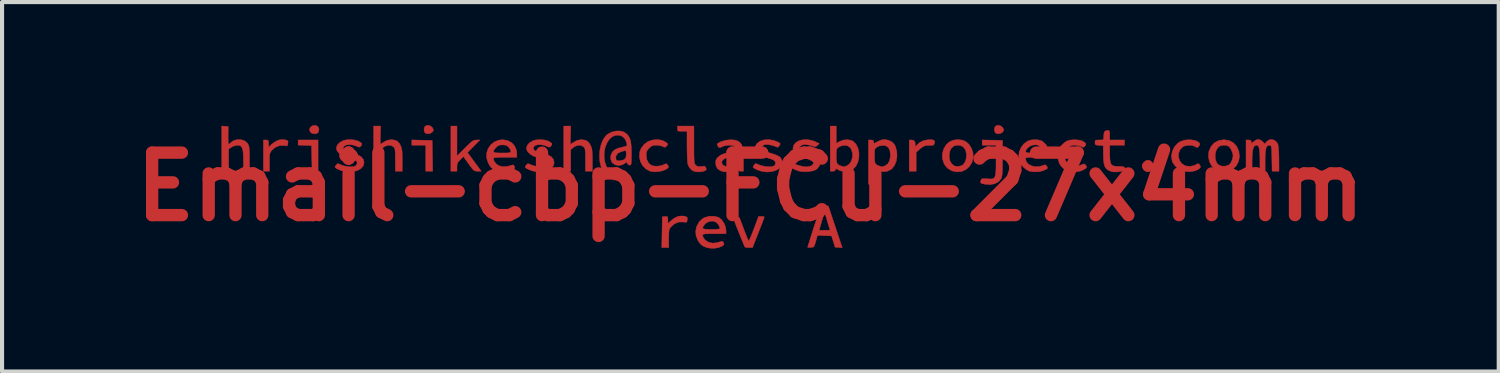
<source format=kicad_pcb>
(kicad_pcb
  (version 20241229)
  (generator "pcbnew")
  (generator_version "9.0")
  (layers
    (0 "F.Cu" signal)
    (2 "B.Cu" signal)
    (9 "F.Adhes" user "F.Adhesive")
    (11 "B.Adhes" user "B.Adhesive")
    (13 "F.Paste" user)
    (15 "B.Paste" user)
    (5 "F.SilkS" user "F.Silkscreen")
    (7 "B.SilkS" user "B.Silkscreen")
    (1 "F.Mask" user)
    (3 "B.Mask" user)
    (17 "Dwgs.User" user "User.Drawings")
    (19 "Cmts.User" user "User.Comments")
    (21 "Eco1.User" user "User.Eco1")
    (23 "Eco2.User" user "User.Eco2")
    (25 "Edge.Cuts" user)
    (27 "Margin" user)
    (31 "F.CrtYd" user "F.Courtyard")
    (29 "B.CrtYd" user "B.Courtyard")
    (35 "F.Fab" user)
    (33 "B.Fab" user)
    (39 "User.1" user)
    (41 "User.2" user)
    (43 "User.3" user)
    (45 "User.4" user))
  (footprint "Email-cbp-FCu-27x4mm"
    (layer "F.Cu")
    (at 15.247 1.506)
    (property "Reference" "Email-cbp-FCu-27x4mm" (at 0 0 0) (layer "F.Cu") (effects (font (size 1.524 1.524) (thickness 0.3))))
    (attr through_hole)
    (fp_poly (pts (xy -8.006 -1.138) (xy -7.758 -1.132) (xy -7.746 -0.381) (xy -7.916 -0.381) (xy -7.916 -1.016) (xy -8.255 -1.016) (xy -8.255 -1.144) (xy -8.006 -1.138)) (stroke (width 0.01) (type solid)) (fill yes) (layer "F.Cu"))
    (fp_poly (pts (xy -10.541 -0.381) (xy -10.688 -0.381) (xy -10.694 -0.693) (xy -10.7 -1.005) (xy -10.864 -1.012) (xy -11.028 -1.018) (xy -11.028 -1.143) (xy -10.541 -1.143) (xy -10.541 -0.381)) (stroke (width 0.01) (type solid)) (fill yes) (layer "F.Cu"))
    (fp_poly (pts (xy -10.597 -1.498) (xy -10.548 -1.47) (xy -10.521 -1.419) (xy -10.52 -1.4) (xy -10.529 -1.348) (xy -10.545 -1.317) (xy -10.593 -1.295) (xy -10.654 -1.295) (xy -10.709 -1.316) (xy -10.719 -1.324) (xy -10.75 -1.379) (xy -10.74 -1.436) (xy -10.714 -1.468) (xy -10.656 -1.499) (xy -10.597 -1.498)) (stroke (width 0.01) (type solid)) (fill yes) (layer "F.Cu"))
    (fp_poly (pts (xy -7.813 -1.491) (xy -7.761 -1.454) (xy -7.748 -1.435) (xy -7.729 -1.392) (xy -7.735 -1.362) (xy -7.756 -1.335) (xy -7.808 -1.301) (xy -7.871 -1.292) (xy -7.924 -1.309) (xy -7.933 -1.317) (xy -7.955 -1.363) (xy -7.956 -1.422) (xy -7.937 -1.471) (xy -7.928 -1.481) (xy -7.874 -1.501) (xy -7.813 -1.491)) (stroke (width 0.01) (type solid)) (fill yes) (layer "F.Cu"))
    (fp_poly (pts (xy 6.094 -1.491) (xy 6.146 -1.454) (xy 6.158 -1.435) (xy 6.178 -1.392) (xy 6.172 -1.362) (xy 6.15 -1.335) (xy 6.098 -1.301) (xy 6.036 -1.292) (xy 5.982 -1.309) (xy 5.973 -1.317) (xy 5.952 -1.363) (xy 5.951 -1.422) (xy 5.97 -1.471) (xy 5.978 -1.481) (xy 6.032 -1.501) (xy 6.094 -1.491)) (stroke (width 0.01) (type solid)) (fill yes) (layer "F.Cu"))
    (fp_poly (pts (xy 9.776 -0.619) (xy 9.825 -0.557) (xy 9.834 -0.49) (xy 9.803 -0.425) (xy 9.793 -0.414) (xy 9.726 -0.369) (xy 9.661 -0.365) (xy 9.602 -0.402) (xy 9.59 -0.416) (xy 9.552 -0.483) (xy 9.555 -0.543) (xy 9.598 -0.604) (xy 9.598 -0.604) (xy 9.661 -0.648) (xy 9.723 -0.65) (xy 9.776 -0.619)) (stroke (width 0.01) (type solid)) (fill yes) (layer "F.Cu"))
    (fp_poly (pts (xy 4.429 -1.148) (xy 4.476 -1.136) (xy 4.494 -1.11) (xy 4.489 -1.066) (xy 4.489 -1.064) (xy 4.473 -1.026) (xy 4.446 -1.011) (xy 4.392 -1.011) (xy 4.39 -1.011) (xy 4.299 -1.011) (xy 4.228 -0.991) (xy 4.158 -0.945) (xy 4.127 -0.918) (xy 4.043 -0.842) (xy 4.043 -0.381) (xy 3.873 -0.381) (xy 3.873 -1.143) (xy 3.935 -1.143) (xy 3.986 -1.132) (xy 4.013 -1.095) (xy 4.022 -1.025) (xy 4.022 -1.02) (xy 4.023 -0.981) (xy 4.033 -0.982) (xy 4.053 -1.01) (xy 4.127 -1.081) (xy 4.228 -1.13) (xy 4.341 -1.15) (xy 4.346 -1.15) (xy 4.429 -1.148)) (stroke (width 0.01) (type solid)) (fill yes) (layer "F.Cu"))
    (fp_poly (pts (xy -7.154 -0.752) (xy -6.958 -0.948) (xy -6.876 -1.028) (xy -6.817 -1.083) (xy -6.774 -1.117) (xy -6.738 -1.135) (xy -6.705 -1.142) (xy -6.678 -1.143) (xy -6.594 -1.143) (xy -6.746 -0.99) (xy -6.898 -0.836) (xy -6.73 -0.609) (xy -6.562 -0.381) (xy -6.652 -0.382) (xy -6.693 -0.383) (xy -6.725 -0.392) (xy -6.755 -0.413) (xy -6.791 -0.454) (xy -6.84 -0.52) (xy -6.869 -0.56) (xy -6.996 -0.739) (xy -7.075 -0.661) (xy -7.123 -0.609) (xy -7.147 -0.563) (xy -7.154 -0.505) (xy -7.154 -0.483) (xy -7.154 -0.381) (xy -7.303 -0.381) (xy -7.303 -1.482) (xy -7.154 -1.482) (xy -7.154 -0.752)) (stroke (width 0.01) (type solid)) (fill yes) (layer "F.Cu"))
    (fp_poly (pts (xy -11.359 -1.15) (xy -11.305 -1.137) (xy -11.275 -1.115) (xy -11.273 -1.105) (xy -11.277 -1.063) (xy -11.279 -1.035) (xy -11.285 -1.008) (xy -11.308 -0.999) (xy -11.359 -1.004) (xy -11.366 -1.005) (xy -11.481 -1.005) (xy -11.584 -0.964) (xy -11.662 -0.898) (xy -11.691 -0.863) (xy -11.709 -0.831) (xy -11.72 -0.793) (xy -11.725 -0.737) (xy -11.726 -0.653) (xy -11.726 -0.603) (xy -11.726 -0.381) (xy -11.874 -0.381) (xy -11.874 -1.143) (xy -11.811 -1.143) (xy -11.771 -1.14) (xy -11.752 -1.122) (xy -11.748 -1.078) (xy -11.748 -1.056) (xy -11.748 -0.969) (xy -11.664 -1.044) (xy -11.597 -1.094) (xy -11.524 -1.132) (xy -11.495 -1.143) (xy -11.427 -1.153) (xy -11.359 -1.15)) (stroke (width 0.01) (type solid)) (fill yes) (layer "F.Cu"))
    (fp_poly (pts (xy -1.622 0.712) (xy -1.568 0.726) (xy -1.539 0.748) (xy -1.537 0.758) (xy -1.54 0.799) (xy -1.542 0.827) (xy -1.549 0.855) (xy -1.571 0.864) (xy -1.622 0.859) (xy -1.629 0.857) (xy -1.744 0.858) (xy -1.848 0.899) (xy -1.925 0.965) (xy -1.954 1) (xy -1.973 1.031) (xy -1.983 1.07) (xy -1.988 1.126) (xy -1.99 1.21) (xy -1.99 1.26) (xy -1.99 1.482) (xy -2.16 1.482) (xy -2.154 1.106) (xy -2.148 0.73) (xy -2.08 0.724) (xy -2.036 0.722) (xy -2.017 0.735) (xy -2.011 0.774) (xy -2.011 0.805) (xy -2.011 0.894) (xy -1.927 0.819) (xy -1.861 0.769) (xy -1.788 0.73) (xy -1.758 0.72) (xy -1.69 0.71) (xy -1.622 0.712)) (stroke (width 0.01) (type solid)) (fill yes) (layer "F.Cu"))
    (fp_poly (pts (xy 5.9 -1.138) (xy 6.149 -1.132) (xy 6.149 -0.699) (xy 6.148 -0.548) (xy 6.147 -0.434) (xy 6.144 -0.349) (xy 6.138 -0.288) (xy 6.13 -0.245) (xy 6.12 -0.213) (xy 6.112 -0.196) (xy 6.048 -0.122) (xy 5.956 -0.074) (xy 5.842 -0.055) (xy 5.717 -0.065) (xy 5.653 -0.079) (xy 5.621 -0.093) (xy 5.613 -0.115) (xy 5.62 -0.152) (xy 5.62 -0.153) (xy 5.63 -0.181) (xy 5.647 -0.196) (xy 5.682 -0.2) (xy 5.745 -0.198) (xy 5.777 -0.196) (xy 5.846 -0.192) (xy 5.898 -0.195) (xy 5.936 -0.211) (xy 5.962 -0.243) (xy 5.978 -0.298) (xy 5.986 -0.38) (xy 5.99 -0.494) (xy 5.99 -0.645) (xy 5.99 -1.016) (xy 5.652 -1.016) (xy 5.652 -1.144) (xy 5.9 -1.138)) (stroke (width 0.01) (type solid)) (fill yes) (layer "F.Cu"))
    (fp_poly (pts (xy -12.811 -1.478) (xy -12.732 -1.471) (xy -12.734 -1.254) (xy -12.734 -1.164) (xy -12.731 -1.092) (xy -12.726 -1.048) (xy -12.722 -1.037) (xy -12.698 -1.051) (xy -12.668 -1.08) (xy -12.598 -1.129) (xy -12.51 -1.153) (xy -12.417 -1.15) (xy -12.332 -1.122) (xy -12.267 -1.069) (xy -12.255 -1.052) (xy -12.238 -1.02) (xy -12.226 -0.981) (xy -12.219 -0.928) (xy -12.215 -0.853) (xy -12.213 -0.748) (xy -12.213 -0.683) (xy -12.213 -0.381) (xy -12.361 -0.381) (xy -12.361 -0.636) (xy -12.364 -0.769) (xy -12.371 -0.865) (xy -12.386 -0.932) (xy -12.408 -0.976) (xy -12.433 -1) (xy -12.49 -1.015) (xy -12.563 -1.007) (xy -12.636 -0.978) (xy -12.651 -0.968) (xy -12.721 -0.921) (xy -12.721 -0.651) (xy -12.721 -0.381) (xy -12.89 -0.381) (xy -12.89 -1.484) (xy -12.811 -1.478)) (stroke (width 0.01) (type solid)) (fill yes) (layer "F.Cu"))
    (fp_poly (pts (xy -1.376 -1.027) (xy -1.376 -0.876) (xy -1.375 -0.762) (xy -1.372 -0.679) (xy -1.369 -0.62) (xy -1.362 -0.581) (xy -1.353 -0.555) (xy -1.341 -0.537) (xy -1.332 -0.528) (xy -1.296 -0.501) (xy -1.252 -0.493) (xy -1.195 -0.499) (xy -1.136 -0.505) (xy -1.104 -0.498) (xy -1.087 -0.474) (xy -1.082 -0.463) (xy -1.074 -0.424) (xy -1.096 -0.399) (xy -1.119 -0.387) (xy -1.194 -0.368) (xy -1.286 -0.364) (xy -1.365 -0.375) (xy -1.433 -0.411) (xy -1.491 -0.476) (xy -1.524 -0.549) (xy -1.531 -0.595) (xy -1.537 -0.675) (xy -1.542 -0.779) (xy -1.544 -0.899) (xy -1.545 -0.99) (xy -1.545 -1.355) (xy -1.662 -1.355) (xy -1.728 -1.356) (xy -1.763 -1.363) (xy -1.776 -1.381) (xy -1.778 -1.417) (xy -1.778 -1.482) (xy -1.376 -1.482) (xy -1.376 -1.027)) (stroke (width 0.01) (type solid)) (fill yes) (layer "F.Cu"))
    (fp_poly (pts (xy 2.071 0.975) (xy 2.241 1.484) (xy 2.154 1.478) (xy 2.066 1.471) (xy 2.023 1.333) (xy 1.979 1.196) (xy 1.636 1.184) (xy 1.595 1.327) (xy 1.573 1.402) (xy 1.555 1.446) (xy 1.533 1.467) (xy 1.501 1.475) (xy 1.476 1.478) (xy 1.425 1.479) (xy 1.398 1.473) (xy 1.397 1.47) (xy 1.403 1.447) (xy 1.421 1.39) (xy 1.448 1.303) (xy 1.483 1.193) (xy 1.524 1.065) (xy 1.526 1.058) (xy 1.677 1.058) (xy 1.943 1.058) (xy 1.881 0.852) (xy 1.855 0.763) (xy 1.833 0.69) (xy 1.818 0.641) (xy 1.814 0.626) (xy 1.806 0.637) (xy 1.789 0.682) (xy 1.766 0.753) (xy 1.742 0.833) (xy 1.677 1.058) (xy 1.526 1.058) (xy 1.557 0.961) (xy 1.718 0.466) (xy 1.901 0.466) (xy 2.071 0.975)) (stroke (width 0.01) (type solid)) (fill yes) (layer "F.Cu"))
    (fp_poly (pts (xy -9.021 -1.259) (xy -9.023 -1.168) (xy -9.023 -1.095) (xy -9.022 -1.049) (xy -9.02 -1.037) (xy -9.001 -1.049) (xy -8.962 -1.077) (xy -8.959 -1.079) (xy -8.861 -1.133) (xy -8.753 -1.152) (xy -8.665 -1.138) (xy -8.605 -1.11) (xy -8.561 -1.063) (xy -8.535 -1.017) (xy -8.515 -0.972) (xy -8.502 -0.926) (xy -8.493 -0.87) (xy -8.489 -0.793) (xy -8.488 -0.686) (xy -8.488 -0.652) (xy -8.488 -0.381) (xy -8.657 -0.381) (xy -8.657 -0.656) (xy -8.658 -0.771) (xy -8.66 -0.851) (xy -8.666 -0.904) (xy -8.675 -0.939) (xy -8.69 -0.963) (xy -8.7 -0.974) (xy -8.763 -1.01) (xy -8.841 -1.013) (xy -8.92 -0.984) (xy -8.952 -0.961) (xy -9.017 -0.906) (xy -9.017 -0.381) (xy -9.186 -0.381) (xy -9.186 -1.482) (xy -9.1 -1.482) (xy -9.014 -1.482) (xy -9.021 -1.259)) (stroke (width 0.01) (type solid)) (fill yes) (layer "F.Cu"))
    (fp_poly (pts (xy -4.385 -1.259) (xy -4.388 -1.168) (xy -4.388 -1.095) (xy -4.387 -1.049) (xy -4.385 -1.037) (xy -4.365 -1.049) (xy -4.327 -1.077) (xy -4.324 -1.079) (xy -4.225 -1.133) (xy -4.118 -1.152) (xy -4.029 -1.138) (xy -3.969 -1.11) (xy -3.926 -1.063) (xy -3.9 -1.017) (xy -3.88 -0.972) (xy -3.866 -0.926) (xy -3.858 -0.87) (xy -3.854 -0.793) (xy -3.852 -0.686) (xy -3.852 -0.652) (xy -3.852 -0.381) (xy -4.022 -0.381) (xy -4.022 -0.656) (xy -4.022 -0.771) (xy -4.025 -0.851) (xy -4.03 -0.904) (xy -4.04 -0.939) (xy -4.054 -0.963) (xy -4.064 -0.974) (xy -4.128 -1.01) (xy -4.205 -1.013) (xy -4.285 -0.984) (xy -4.316 -0.961) (xy -4.381 -0.906) (xy -4.381 -0.381) (xy -4.551 -0.381) (xy -4.551 -1.482) (xy -4.465 -1.482) (xy -4.379 -1.482) (xy -4.385 -1.259)) (stroke (width 0.01) (type solid)) (fill yes) (layer "F.Cu"))
    (fp_poly (pts (xy -0.317 0.725) (xy -0.278 0.742) (xy -0.265 0.757) (xy -0.252 0.79) (xy -0.228 0.854) (xy -0.195 0.94) (xy -0.158 1.038) (xy -0.154 1.048) (xy -0.117 1.145) (xy -0.084 1.227) (xy -0.059 1.287) (xy -0.044 1.317) (xy -0.043 1.318) (xy -0.032 1.305) (xy -0.008 1.258) (xy 0.024 1.184) (xy 0.061 1.09) (xy 0.085 1.027) (xy 0.2 0.72) (xy 0.269 0.72) (xy 0.317 0.724) (xy 0.339 0.734) (xy 0.339 0.736) (xy 0.332 0.759) (xy 0.312 0.816) (xy 0.281 0.899) (xy 0.241 1.002) (xy 0.196 1.116) (xy 0.053 1.481) (xy -0.036 1.482) (xy -0.093 1.478) (xy -0.129 1.47) (xy -0.134 1.466) (xy -0.148 1.436) (xy -0.173 1.377) (xy -0.207 1.295) (xy -0.246 1.198) (xy -0.288 1.094) (xy -0.329 0.991) (xy -0.366 0.896) (xy -0.396 0.818) (xy -0.416 0.763) (xy -0.423 0.741) (xy -0.406 0.723) (xy -0.366 0.718) (xy -0.317 0.725)) (stroke (width 0.01) (type solid)) (fill yes) (layer "F.Cu"))
    (fp_poly (pts (xy 10.83 -1.134) (xy 10.885 -1.113) (xy 10.942 -1.079) (xy 10.961 -1.046) (xy 10.946 -1.005) (xy 10.933 -0.987) (xy 10.908 -0.96) (xy 10.883 -0.961) (xy 10.849 -0.981) (xy 10.775 -1.009) (xy 10.685 -1.015) (xy 10.596 -1) (xy 10.542 -0.974) (xy 10.476 -0.905) (xy 10.442 -0.819) (xy 10.439 -0.729) (xy 10.465 -0.642) (xy 10.518 -0.568) (xy 10.596 -0.517) (xy 10.621 -0.509) (xy 10.728 -0.499) (xy 10.832 -0.524) (xy 10.875 -0.546) (xy 10.913 -0.566) (xy 10.938 -0.556) (xy 10.954 -0.537) (xy 10.976 -0.496) (xy 10.967 -0.463) (xy 10.923 -0.428) (xy 10.905 -0.417) (xy 10.825 -0.387) (xy 10.723 -0.371) (xy 10.616 -0.371) (xy 10.534 -0.384) (xy 10.451 -0.426) (xy 10.371 -0.495) (xy 10.308 -0.578) (xy 10.285 -0.629) (xy 10.268 -0.746) (xy 10.287 -0.863) (xy 10.338 -0.971) (xy 10.418 -1.061) (xy 10.483 -1.104) (xy 10.592 -1.14) (xy 10.714 -1.15) (xy 10.83 -1.134)) (stroke (width 0.01) (type solid)) (fill yes) (layer "F.Cu"))
    (fp_poly (pts (xy -2.135 -1.129) (xy -2.05 -1.081) (xy -2.017 -1.051) (xy -2.015 -1.029) (xy -2.04 -0.998) (xy -2.071 -0.969) (xy -2.102 -0.968) (xy -2.139 -0.985) (xy -2.198 -1.004) (xy -2.274 -1.015) (xy -2.298 -1.016) (xy -2.366 -1.011) (xy -2.417 -0.989) (xy -2.468 -0.944) (xy -2.514 -0.891) (xy -2.535 -0.84) (xy -2.54 -0.773) (xy -2.525 -0.667) (xy -2.482 -0.581) (xy -2.42 -0.527) (xy -2.345 -0.506) (xy -2.253 -0.504) (xy -2.161 -0.521) (xy -2.12 -0.538) (xy -2.073 -0.56) (xy -2.046 -0.562) (xy -2.025 -0.542) (xy -2.02 -0.536) (xy -1.997 -0.499) (xy -1.998 -0.473) (xy -2.029 -0.446) (xy -2.064 -0.423) (xy -2.142 -0.391) (xy -2.242 -0.371) (xy -2.345 -0.366) (xy -2.432 -0.378) (xy -2.439 -0.379) (xy -2.545 -0.435) (xy -2.628 -0.518) (xy -2.683 -0.621) (xy -2.707 -0.736) (xy -2.697 -0.853) (xy -2.668 -0.93) (xy -2.593 -1.034) (xy -2.493 -1.106) (xy -2.383 -1.143) (xy -2.251 -1.153) (xy -2.135 -1.129)) (stroke (width 0.01) (type solid)) (fill yes) (layer "F.Cu"))
    (fp_poly (pts (xy 5.179 -1.137) (xy 5.256 -1.103) (xy 5.333 -1.033) (xy 5.393 -0.937) (xy 5.429 -0.827) (xy 5.435 -0.72) (xy 5.405 -0.599) (xy 5.344 -0.499) (xy 5.259 -0.423) (xy 5.157 -0.376) (xy 5.045 -0.363) (xy 4.929 -0.386) (xy 4.911 -0.393) (xy 4.82 -0.445) (xy 4.755 -0.513) (xy 4.718 -0.576) (xy 4.683 -0.688) (xy 4.682 -0.745) (xy 4.847 -0.745) (xy 4.863 -0.642) (xy 4.909 -0.561) (xy 4.979 -0.509) (xy 4.982 -0.507) (xy 5.045 -0.498) (xy 5.118 -0.507) (xy 5.177 -0.532) (xy 5.182 -0.535) (xy 5.232 -0.6) (xy 5.262 -0.689) (xy 5.269 -0.787) (xy 5.252 -0.88) (xy 5.239 -0.911) (xy 5.186 -0.978) (xy 5.114 -1.011) (xy 5.059 -1.016) (xy 4.968 -0.999) (xy 4.902 -0.947) (xy 4.861 -0.863) (xy 4.847 -0.748) (xy 4.847 -0.745) (xy 4.682 -0.745) (xy 4.682 -0.808) (xy 4.714 -0.924) (xy 4.774 -1.025) (xy 4.851 -1.095) (xy 4.951 -1.139) (xy 5.066 -1.153) (xy 5.179 -1.137)) (stroke (width 0.01) (type solid)) (fill yes) (layer "F.Cu"))
    (fp_poly (pts (xy 7.986 -1.144) (xy 8.073 -1.127) (xy 8.1 -1.115) (xy 8.16 -1.078) (xy 8.183 -1.045) (xy 8.172 -1.009) (xy 8.159 -0.994) (xy 8.13 -0.968) (xy 8.1 -0.968) (xy 8.063 -0.985) (xy 8.004 -1.004) (xy 7.929 -1.015) (xy 7.905 -1.016) (xy 7.836 -1.011) (xy 7.786 -0.989) (xy 7.734 -0.944) (xy 7.689 -0.892) (xy 7.668 -0.842) (xy 7.662 -0.773) (xy 7.662 -0.769) (xy 7.679 -0.658) (xy 7.725 -0.573) (xy 7.797 -0.518) (xy 7.888 -0.495) (xy 7.995 -0.506) (xy 8.09 -0.543) (xy 8.133 -0.56) (xy 8.159 -0.55) (xy 8.18 -0.524) (xy 8.201 -0.487) (xy 8.191 -0.462) (xy 8.166 -0.442) (xy 8.065 -0.389) (xy 7.943 -0.365) (xy 7.817 -0.371) (xy 7.74 -0.391) (xy 7.645 -0.438) (xy 7.574 -0.508) (xy 7.533 -0.576) (xy 7.507 -0.655) (xy 7.494 -0.749) (xy 7.497 -0.841) (xy 7.515 -0.913) (xy 7.517 -0.917) (xy 7.57 -0.994) (xy 7.644 -1.067) (xy 7.714 -1.116) (xy 7.789 -1.139) (xy 7.886 -1.149) (xy 7.986 -1.144)) (stroke (width 0.01) (type solid)) (fill yes) (layer "F.Cu"))
    (fp_poly (pts (xy 8.737 -1.374) (xy 8.755 -1.36) (xy 8.762 -1.325) (xy 8.763 -1.259) (xy 8.763 -1.143) (xy 9.123 -1.143) (xy 9.123 -1.016) (xy 8.763 -1.016) (xy 8.763 -0.807) (xy 8.766 -0.686) (xy 8.777 -0.601) (xy 8.8 -0.546) (xy 8.84 -0.515) (xy 8.902 -0.501) (xy 8.978 -0.499) (xy 9.064 -0.496) (xy 9.116 -0.482) (xy 9.14 -0.455) (xy 9.144 -0.43) (xy 9.125 -0.406) (xy 9.075 -0.386) (xy 9.006 -0.371) (xy 8.929 -0.363) (xy 8.856 -0.364) (xy 8.805 -0.374) (xy 8.731 -0.404) (xy 8.677 -0.444) (xy 8.642 -0.5) (xy 8.62 -0.578) (xy 8.61 -0.688) (xy 8.607 -0.781) (xy 8.604 -1.005) (xy 8.504 -1.012) (xy 8.443 -1.018) (xy 8.413 -1.03) (xy 8.404 -1.056) (xy 8.403 -1.081) (xy 8.406 -1.118) (xy 8.42 -1.136) (xy 8.458 -1.142) (xy 8.509 -1.143) (xy 8.572 -1.144) (xy 8.603 -1.153) (xy 8.614 -1.176) (xy 8.615 -1.212) (xy 8.621 -1.298) (xy 8.639 -1.349) (xy 8.672 -1.372) (xy 8.702 -1.376) (xy 8.737 -1.374)) (stroke (width 0.01) (type solid)) (fill yes) (layer "F.Cu"))
    (fp_poly (pts (xy 11.671 -1.13) (xy 11.777 -1.075) (xy 11.858 -0.988) (xy 11.909 -0.873) (xy 11.911 -0.868) (xy 11.926 -0.737) (xy 11.904 -0.619) (xy 11.852 -0.518) (xy 11.772 -0.438) (xy 11.672 -0.386) (xy 11.555 -0.364) (xy 11.427 -0.38) (xy 11.417 -0.383) (xy 11.323 -0.431) (xy 11.248 -0.51) (xy 11.195 -0.611) (xy 11.177 -0.698) (xy 11.335 -0.698) (xy 11.364 -0.599) (xy 11.37 -0.586) (xy 11.42 -0.533) (xy 11.494 -0.505) (xy 11.579 -0.504) (xy 11.662 -0.532) (xy 11.678 -0.541) (xy 11.715 -0.584) (xy 11.746 -0.652) (xy 11.766 -0.729) (xy 11.769 -0.768) (xy 11.758 -0.826) (xy 11.73 -0.895) (xy 11.695 -0.957) (xy 11.668 -0.987) (xy 11.608 -1.011) (xy 11.531 -1.015) (xy 11.458 -0.999) (xy 11.415 -0.975) (xy 11.362 -0.899) (xy 11.335 -0.802) (xy 11.335 -0.698) (xy 11.177 -0.698) (xy 11.17 -0.726) (xy 11.177 -0.845) (xy 11.182 -0.868) (xy 11.232 -0.983) (xy 11.312 -1.072) (xy 11.417 -1.128) (xy 11.541 -1.149) (xy 11.546 -1.149) (xy 11.671 -1.13)) (stroke (width 0.01) (type solid)) (fill yes) (layer "F.Cu"))
    (fp_poly (pts (xy 2.095 -1.06) (xy 2.173 -1.105) (xy 2.265 -1.141) (xy 2.367 -1.15) (xy 2.461 -1.133) (xy 2.504 -1.112) (xy 2.576 -1.041) (xy 2.624 -0.945) (xy 2.648 -0.833) (xy 2.647 -0.716) (xy 2.622 -0.603) (xy 2.573 -0.503) (xy 2.5 -0.425) (xy 2.496 -0.422) (xy 2.398 -0.376) (xy 2.291 -0.367) (xy 2.189 -0.394) (xy 2.175 -0.401) (xy 2.117 -0.431) (xy 2.087 -0.442) (xy 2.076 -0.433) (xy 2.074 -0.413) (xy 2.055 -0.388) (xy 2.011 -0.381) (xy 1.947 -0.381) (xy 1.947 -0.756) (xy 2.095 -0.756) (xy 2.095 -0.754) (xy 2.098 -0.657) (xy 2.107 -0.593) (xy 2.128 -0.552) (xy 2.165 -0.527) (xy 2.216 -0.508) (xy 2.26 -0.495) (xy 2.281 -0.489) (xy 2.303 -0.495) (xy 2.348 -0.512) (xy 2.358 -0.516) (xy 2.423 -0.565) (xy 2.467 -0.64) (xy 2.49 -0.731) (xy 2.488 -0.827) (xy 2.46 -0.917) (xy 2.438 -0.952) (xy 2.38 -0.997) (xy 2.303 -1.013) (xy 2.218 -1) (xy 2.164 -0.974) (xy 2.131 -0.952) (xy 2.11 -0.93) (xy 2.1 -0.897) (xy 2.096 -0.842) (xy 2.095 -0.756) (xy 1.947 -0.756) (xy 1.947 -1.482) (xy 2.095 -1.482) (xy 2.095 -1.06)) (stroke (width 0.01) (type solid)) (fill yes) (layer "F.Cu"))
    (fp_poly (pts (xy 12.777 -1.138) (xy 12.834 -1.09) (xy 12.863 -1.037) (xy 12.873 -0.986) (xy 12.881 -0.902) (xy 12.887 -0.794) (xy 12.889 -0.673) (xy 12.889 -0.672) (xy 12.89 -0.381) (xy 12.722 -0.381) (xy 12.716 -0.693) (xy 12.714 -0.814) (xy 12.711 -0.899) (xy 12.706 -0.955) (xy 12.699 -0.988) (xy 12.688 -1.004) (xy 12.673 -1.011) (xy 12.665 -1.012) (xy 12.623 -1.009) (xy 12.593 -0.986) (xy 12.572 -0.936) (xy 12.559 -0.855) (xy 12.553 -0.74) (xy 12.552 -0.651) (xy 12.552 -0.381) (xy 12.425 -0.381) (xy 12.425 -0.644) (xy 12.423 -0.784) (xy 12.416 -0.886) (xy 12.403 -0.955) (xy 12.384 -0.997) (xy 12.356 -1.014) (xy 12.341 -1.016) (xy 12.3 -1.004) (xy 12.27 -0.964) (xy 12.25 -0.893) (xy 12.238 -0.788) (xy 12.234 -0.645) (xy 12.234 -0.636) (xy 12.234 -0.381) (xy 12.086 -0.381) (xy 12.086 -1.143) (xy 12.15 -1.143) (xy 12.196 -1.137) (xy 12.212 -1.112) (xy 12.213 -1.097) (xy 12.213 -1.051) (xy 12.261 -1.095) (xy 12.334 -1.146) (xy 12.403 -1.155) (xy 12.468 -1.123) (xy 12.484 -1.108) (xy 12.545 -1.047) (xy 12.579 -1.093) (xy 12.638 -1.141) (xy 12.708 -1.156) (xy 12.777 -1.138)) (stroke (width 0.01) (type solid)) (fill yes) (layer "F.Cu"))
    (fp_poly (pts (xy 3.379 -1.132) (xy 3.397 -1.124) (xy 3.467 -1.085) (xy 3.513 -1.033) (xy 3.535 -0.99) (xy 3.569 -0.875) (xy 3.576 -0.752) (xy 3.558 -0.631) (xy 3.515 -0.524) (xy 3.452 -0.442) (xy 3.429 -0.423) (xy 3.334 -0.379) (xy 3.227 -0.367) (xy 3.126 -0.389) (xy 3.106 -0.399) (xy 3.027 -0.44) (xy 3.027 -0.064) (xy 2.879 -0.064) (xy 2.879 -0.756) (xy 3.027 -0.756) (xy 3.027 -0.754) (xy 3.029 -0.657) (xy 3.038 -0.593) (xy 3.059 -0.552) (xy 3.096 -0.527) (xy 3.147 -0.508) (xy 3.19 -0.495) (xy 3.209 -0.489) (xy 3.228 -0.494) (xy 3.272 -0.508) (xy 3.278 -0.51) (xy 3.348 -0.556) (xy 3.394 -0.635) (xy 3.414 -0.743) (xy 3.415 -0.78) (xy 3.402 -0.887) (xy 3.364 -0.96) (xy 3.301 -1.001) (xy 3.247 -1.011) (xy 3.146 -0.998) (xy 3.096 -0.974) (xy 3.062 -0.952) (xy 3.042 -0.93) (xy 3.031 -0.897) (xy 3.027 -0.842) (xy 3.027 -0.756) (xy 2.879 -0.756) (xy 2.879 -1.143) (xy 2.942 -1.143) (xy 2.989 -1.136) (xy 3.005 -1.112) (xy 3.006 -1.101) (xy 3.008 -1.07) (xy 3.02 -1.062) (xy 3.052 -1.075) (xy 3.094 -1.099) (xy 3.195 -1.144) (xy 3.286 -1.155) (xy 3.379 -1.132)) (stroke (width 0.01) (type solid)) (fill yes) (layer "F.Cu"))
    (fp_poly (pts (xy -9.664 -1.144) (xy -9.568 -1.118) (xy -9.503 -1.083) (xy -9.474 -1.053) (xy -9.477 -1.026) (xy -9.493 -1.002) (xy -9.52 -0.971) (xy -9.55 -0.97) (xy -9.583 -0.984) (xy -9.674 -1.017) (xy -9.762 -1.03) (xy -9.839 -1.024) (xy -9.896 -1.001) (xy -9.925 -0.961) (xy -9.927 -0.945) (xy -9.92 -0.911) (xy -9.892 -0.884) (xy -9.839 -0.86) (xy -9.753 -0.835) (xy -9.705 -0.823) (xy -9.577 -0.783) (xy -9.488 -0.732) (xy -9.436 -0.667) (xy -9.419 -0.59) (xy -9.438 -0.513) (xy -9.492 -0.45) (xy -9.572 -0.402) (xy -9.672 -0.372) (xy -9.784 -0.363) (xy -9.903 -0.376) (xy -9.97 -0.395) (xy -10.035 -0.421) (xy -10.089 -0.446) (xy -10.102 -0.455) (xy -10.127 -0.476) (xy -10.124 -0.498) (xy -10.101 -0.529) (xy -10.073 -0.559) (xy -10.048 -0.565) (xy -10.008 -0.549) (xy -9.991 -0.54) (xy -9.92 -0.514) (xy -9.832 -0.497) (xy -9.743 -0.49) (xy -9.668 -0.495) (xy -9.634 -0.506) (xy -9.596 -0.549) (xy -9.588 -0.584) (xy -9.598 -0.62) (xy -9.629 -0.65) (xy -9.689 -0.678) (xy -9.782 -0.706) (xy -9.842 -0.72) (xy -9.937 -0.755) (xy -10.017 -0.806) (xy -10.073 -0.868) (xy -10.096 -0.932) (xy -10.097 -0.938) (xy -10.077 -1.011) (xy -10.022 -1.075) (xy -9.94 -1.123) (xy -9.878 -1.142) (xy -9.772 -1.153) (xy -9.664 -1.144)) (stroke (width 0.01) (type solid)) (fill yes) (layer "F.Cu"))
    (fp_poly (pts (xy -5.029 -1.144) (xy -4.932 -1.118) (xy -4.868 -1.083) (xy -4.839 -1.053) (xy -4.842 -1.026) (xy -4.857 -1.002) (xy -4.884 -0.971) (xy -4.914 -0.97) (xy -4.948 -0.984) (xy -5.038 -1.017) (xy -5.126 -1.03) (xy -5.203 -1.024) (xy -5.26 -1.001) (xy -5.29 -0.961) (xy -5.292 -0.945) (xy -5.284 -0.911) (xy -5.257 -0.884) (xy -5.203 -0.86) (xy -5.117 -0.835) (xy -5.069 -0.823) (xy -4.941 -0.783) (xy -4.852 -0.732) (xy -4.8 -0.667) (xy -4.784 -0.59) (xy -4.803 -0.513) (xy -4.856 -0.45) (xy -4.936 -0.402) (xy -5.036 -0.372) (xy -5.149 -0.363) (xy -5.267 -0.376) (xy -5.334 -0.395) (xy -5.4 -0.421) (xy -5.453 -0.446) (xy -5.467 -0.455) (xy -5.491 -0.476) (xy -5.489 -0.498) (xy -5.466 -0.529) (xy -5.438 -0.559) (xy -5.413 -0.565) (xy -5.373 -0.549) (xy -5.356 -0.54) (xy -5.284 -0.514) (xy -5.196 -0.497) (xy -5.107 -0.49) (xy -5.033 -0.495) (xy -4.999 -0.506) (xy -4.96 -0.549) (xy -4.953 -0.584) (xy -4.962 -0.62) (xy -4.994 -0.65) (xy -5.054 -0.678) (xy -5.147 -0.706) (xy -5.207 -0.72) (xy -5.302 -0.755) (xy -5.381 -0.806) (xy -5.437 -0.868) (xy -5.461 -0.932) (xy -5.461 -0.938) (xy -5.441 -1.011) (xy -5.386 -1.075) (xy -5.305 -1.123) (xy -5.242 -1.142) (xy -5.137 -1.153) (xy -5.029 -1.144)) (stroke (width 0.01) (type solid)) (fill yes) (layer "F.Cu"))
    (fp_poly (pts (xy 1.514 -1.127) (xy 1.576 -1.104) (xy 1.68 -1.057) (xy 1.635 -1.012) (xy 1.596 -0.981) (xy 1.559 -0.981) (xy 1.536 -0.99) (xy 1.483 -1.008) (xy 1.411 -1.023) (xy 1.382 -1.028) (xy 1.312 -1.033) (xy 1.265 -1.023) (xy 1.227 -0.998) (xy 1.194 -0.961) (xy 1.192 -0.927) (xy 1.226 -0.895) (xy 1.296 -0.863) (xy 1.406 -0.827) (xy 1.415 -0.824) (xy 1.504 -0.796) (xy 1.582 -0.767) (xy 1.636 -0.741) (xy 1.65 -0.731) (xy 1.694 -0.666) (xy 1.705 -0.589) (xy 1.684 -0.512) (xy 1.633 -0.445) (xy 1.587 -0.412) (xy 1.508 -0.386) (xy 1.407 -0.372) (xy 1.3 -0.369) (xy 1.204 -0.38) (xy 1.175 -0.388) (xy 1.088 -0.421) (xy 1.026 -0.452) (xy 0.996 -0.478) (xy 0.995 -0.484) (xy 1.006 -0.512) (xy 1.021 -0.536) (xy 1.039 -0.555) (xy 1.063 -0.56) (xy 1.104 -0.549) (xy 1.159 -0.529) (xy 1.277 -0.496) (xy 1.383 -0.488) (xy 1.469 -0.506) (xy 1.506 -0.528) (xy 1.537 -0.564) (xy 1.537 -0.597) (xy 1.503 -0.631) (xy 1.433 -0.667) (xy 1.323 -0.708) (xy 1.311 -0.712) (xy 1.195 -0.755) (xy 1.115 -0.797) (xy 1.066 -0.841) (xy 1.042 -0.892) (xy 1.038 -0.939) (xy 1.057 -1.018) (xy 1.11 -1.081) (xy 1.189 -1.126) (xy 1.287 -1.15) (xy 1.398 -1.151) (xy 1.514 -1.127)) (stroke (width 0.01) (type solid)) (fill yes) (layer "F.Cu"))
    (fp_poly (pts (xy 7.026 -1.144) (xy 7.103 -1.122) (xy 7.127 -1.108) (xy 7.21 -1.029) (xy 7.258 -0.937) (xy 7.277 -0.837) (xy 7.287 -0.72) (xy 6.998 -0.72) (xy 6.882 -0.719) (xy 6.802 -0.717) (xy 6.751 -0.713) (xy 6.723 -0.706) (xy 6.712 -0.694) (xy 6.71 -0.682) (xy 6.729 -0.611) (xy 6.781 -0.554) (xy 6.856 -0.513) (xy 6.947 -0.492) (xy 7.045 -0.495) (xy 7.123 -0.517) (xy 7.172 -0.535) (xy 7.201 -0.533) (xy 7.224 -0.508) (xy 7.227 -0.503) (xy 7.247 -0.467) (xy 7.238 -0.445) (xy 7.222 -0.433) (xy 7.135 -0.392) (xy 7.025 -0.369) (xy 6.907 -0.366) (xy 6.801 -0.383) (xy 6.727 -0.421) (xy 6.652 -0.486) (xy 6.592 -0.564) (xy 6.569 -0.607) (xy 6.542 -0.723) (xy 6.553 -0.841) (xy 6.558 -0.856) (xy 6.711 -0.856) (xy 6.731 -0.838) (xy 6.781 -0.829) (xy 6.866 -0.826) (xy 6.921 -0.826) (xy 7.018 -0.826) (xy 7.08 -0.829) (xy 7.115 -0.836) (xy 7.13 -0.848) (xy 7.133 -0.865) (xy 7.115 -0.923) (xy 7.069 -0.979) (xy 7.007 -1.017) (xy 6.984 -1.024) (xy 6.901 -1.022) (xy 6.816 -0.991) (xy 6.751 -0.938) (xy 6.744 -0.929) (xy 6.717 -0.885) (xy 6.711 -0.856) (xy 6.558 -0.856) (xy 6.597 -0.953) (xy 6.67 -1.05) (xy 6.763 -1.117) (xy 6.839 -1.142) (xy 6.933 -1.15) (xy 7.026 -1.144)) (stroke (width 0.01) (type solid)) (fill yes) (layer "F.Cu"))
    (fp_poly (pts (xy -5.922 -1.13) (xy -5.822 -1.078) (xy -5.748 -0.997) (xy -5.704 -0.893) (xy -5.694 -0.81) (xy -5.694 -0.72) (xy -5.98 -0.72) (xy -6.095 -0.719) (xy -6.174 -0.717) (xy -6.225 -0.713) (xy -6.252 -0.706) (xy -6.264 -0.694) (xy -6.265 -0.682) (xy -6.247 -0.622) (xy -6.199 -0.561) (xy -6.138 -0.518) (xy -6.04 -0.491) (xy -5.925 -0.498) (xy -5.857 -0.517) (xy -5.805 -0.534) (xy -5.777 -0.532) (xy -5.758 -0.509) (xy -5.754 -0.502) (xy -5.743 -0.463) (xy -5.766 -0.433) (xy -5.77 -0.43) (xy -5.86 -0.386) (xy -5.973 -0.365) (xy -6.092 -0.368) (xy -6.187 -0.391) (xy -6.271 -0.43) (xy -6.333 -0.485) (xy -6.385 -0.568) (xy -6.394 -0.586) (xy -6.431 -0.705) (xy -6.43 -0.823) (xy -6.416 -0.867) (xy -6.266 -0.867) (xy -6.254 -0.844) (xy -6.208 -0.831) (xy -6.126 -0.826) (xy -6.054 -0.826) (xy -5.957 -0.826) (xy -5.895 -0.829) (xy -5.861 -0.836) (xy -5.846 -0.847) (xy -5.842 -0.866) (xy -5.842 -0.867) (xy -5.855 -0.91) (xy -5.888 -0.961) (xy -5.892 -0.965) (xy -5.931 -1.002) (xy -5.979 -1.019) (xy -6.043 -1.023) (xy -6.112 -1.019) (xy -6.158 -1) (xy -6.202 -0.959) (xy -6.205 -0.956) (xy -6.249 -0.903) (xy -6.266 -0.867) (xy -6.416 -0.867) (xy -6.395 -0.931) (xy -6.331 -1.025) (xy -6.241 -1.097) (xy -6.131 -1.14) (xy -6.042 -1.149) (xy -5.922 -1.13)) (stroke (width 0.01) (type solid)) (fill yes) (layer "F.Cu"))
    (fp_poly (pts (xy -0.792 0.739) (xy -0.757 0.755) (xy -0.693 0.812) (xy -0.638 0.895) (xy -0.603 0.99) (xy -0.593 1.063) (xy -0.593 1.143) (xy -0.878 1.143) (xy -0.993 1.143) (xy -1.072 1.145) (xy -1.122 1.149) (xy -1.15 1.156) (xy -1.162 1.168) (xy -1.164 1.185) (xy -1.164 1.185) (xy -1.151 1.227) (xy -1.117 1.279) (xy -1.105 1.293) (xy -1.028 1.348) (xy -0.93 1.372) (xy -0.818 1.363) (xy -0.767 1.348) (xy -0.71 1.33) (xy -0.68 1.329) (xy -0.662 1.345) (xy -0.653 1.361) (xy -0.642 1.4) (xy -0.665 1.43) (xy -0.668 1.433) (xy -0.759 1.476) (xy -0.871 1.498) (xy -0.99 1.495) (xy -1.085 1.473) (xy -1.157 1.442) (xy -1.208 1.404) (xy -1.254 1.347) (xy -1.284 1.297) (xy -1.326 1.188) (xy -1.332 1.072) (xy -1.316 0.999) (xy -1.165 0.999) (xy -1.15 1.021) (xy -1.104 1.032) (xy -1.021 1.037) (xy -0.953 1.037) (xy -0.849 1.036) (xy -0.782 1.03) (xy -0.748 1.021) (xy -0.741 1.011) (xy -0.751 0.976) (xy -0.777 0.926) (xy -0.781 0.918) (xy -0.838 0.861) (xy -0.913 0.835) (xy -0.994 0.84) (xy -1.072 0.877) (xy -1.112 0.915) (xy -1.15 0.965) (xy -1.165 0.999) (xy -1.316 0.999) (xy -1.306 0.959) (xy -1.251 0.858) (xy -1.168 0.778) (xy -1.116 0.749) (xy -1.01 0.719) (xy -0.896 0.715) (xy -0.792 0.739)) (stroke (width 0.01) (type solid)) (fill yes) (layer "F.Cu"))
    (fp_poly (pts (xy 0.567 -1.133) (xy 0.662 -1.097) (xy 0.711 -1.071) (xy 0.728 -1.05) (xy 0.719 -1.024) (xy 0.707 -1.005) (xy 0.68 -0.971) (xy 0.652 -0.967) (xy 0.615 -0.984) (xy 0.559 -1.004) (xy 0.484 -1.022) (xy 0.45 -1.028) (xy 0.382 -1.034) (xy 0.339 -1.027) (xy 0.306 -1.004) (xy 0.299 -0.998) (xy 0.269 -0.962) (xy 0.262 -0.932) (xy 0.28 -0.905) (xy 0.328 -0.878) (xy 0.409 -0.847) (xy 0.527 -0.811) (xy 0.544 -0.806) (xy 0.648 -0.769) (xy 0.716 -0.73) (xy 0.739 -0.706) (xy 0.778 -0.631) (xy 0.78 -0.56) (xy 0.749 -0.495) (xy 0.691 -0.439) (xy 0.611 -0.396) (xy 0.514 -0.37) (xy 0.404 -0.362) (xy 0.288 -0.377) (xy 0.243 -0.389) (xy 0.16 -0.419) (xy 0.099 -0.449) (xy 0.067 -0.475) (xy 0.064 -0.482) (xy 0.076 -0.509) (xy 0.095 -0.537) (xy 0.117 -0.562) (xy 0.141 -0.566) (xy 0.182 -0.55) (xy 0.203 -0.54) (xy 0.28 -0.514) (xy 0.372 -0.496) (xy 0.462 -0.49) (xy 0.537 -0.496) (xy 0.569 -0.507) (xy 0.606 -0.543) (xy 0.61 -0.588) (xy 0.603 -0.617) (xy 0.584 -0.64) (xy 0.548 -0.662) (xy 0.487 -0.685) (xy 0.395 -0.713) (xy 0.331 -0.73) (xy 0.221 -0.773) (xy 0.147 -0.829) (xy 0.11 -0.896) (xy 0.111 -0.97) (xy 0.154 -1.048) (xy 0.159 -1.055) (xy 0.234 -1.113) (xy 0.333 -1.145) (xy 0.447 -1.153) (xy 0.567 -1.133)) (stroke (width 0.01) (type solid)) (fill yes) (layer "F.Cu"))
    (fp_poly (pts (xy -0.375 -1.14) (xy -0.304 -1.116) (xy -0.254 -1.082) (xy -0.218 -1.037) (xy -0.193 -0.974) (xy -0.178 -0.886) (xy -0.171 -0.767) (xy -0.169 -0.658) (xy -0.169 -0.381) (xy -0.233 -0.381) (xy -0.279 -0.388) (xy -0.296 -0.412) (xy -0.296 -0.423) (xy -0.299 -0.458) (xy -0.302 -0.466) (xy -0.322 -0.457) (xy -0.368 -0.434) (xy -0.411 -0.413) (xy -0.532 -0.369) (xy -0.643 -0.365) (xy -0.728 -0.392) (xy -0.799 -0.442) (xy -0.836 -0.506) (xy -0.845 -0.579) (xy -0.698 -0.579) (xy -0.666 -0.531) (xy -0.651 -0.519) (xy -0.588 -0.496) (xy -0.506 -0.499) (xy -0.418 -0.525) (xy -0.378 -0.545) (xy -0.338 -0.575) (xy -0.321 -0.614) (xy -0.318 -0.671) (xy -0.32 -0.727) (xy -0.328 -0.759) (xy -0.332 -0.762) (xy -0.358 -0.759) (xy -0.414 -0.75) (xy -0.478 -0.739) (xy -0.578 -0.712) (xy -0.651 -0.674) (xy -0.691 -0.628) (xy -0.698 -0.579) (xy -0.845 -0.579) (xy -0.846 -0.585) (xy -0.841 -0.648) (xy -0.817 -0.694) (xy -0.774 -0.737) (xy -0.727 -0.771) (xy -0.669 -0.799) (xy -0.592 -0.822) (xy -0.487 -0.843) (xy -0.397 -0.858) (xy -0.34 -0.87) (xy -0.321 -0.891) (xy -0.337 -0.927) (xy -0.361 -0.96) (xy -0.395 -0.994) (xy -0.435 -1.011) (xy -0.499 -1.015) (xy -0.515 -1.015) (xy -0.59 -1.009) (xy -0.655 -0.994) (xy -0.677 -0.984) (xy -0.734 -0.958) (xy -0.77 -0.961) (xy -0.796 -0.996) (xy -0.8 -1.003) (xy -0.81 -1.033) (xy -0.802 -1.055) (xy -0.769 -1.076) (xy -0.713 -1.102) (xy -0.601 -1.136) (xy -0.484 -1.149) (xy -0.375 -1.14)) (stroke (width 0.01) (type solid)) (fill yes) (layer "F.Cu"))
    (fp_poly (pts (xy -3.076 -1.334) (xy -3.011 -1.286) (xy -2.967 -1.231) (xy -2.936 -1.169) (xy -2.916 -1.092) (xy -2.905 -0.991) (xy -2.9 -0.859) (xy -2.9 -0.805) (xy -2.9 -0.693) (xy -2.902 -0.616) (xy -2.906 -0.568) (xy -2.914 -0.542) (xy -2.926 -0.531) (xy -2.944 -0.529) (xy -2.944 -0.529) (xy -2.987 -0.548) (xy -3 -0.572) (xy -3.012 -0.602) (xy -3.034 -0.595) (xy -3.045 -0.584) (xy -3.123 -0.537) (xy -3.209 -0.521) (xy -3.292 -0.535) (xy -3.36 -0.58) (xy -3.376 -0.599) (xy -3.406 -0.676) (xy -3.405 -0.72) (xy -3.281 -0.72) (xy -3.276 -0.673) (xy -3.267 -0.649) (xy -3.229 -0.636) (xy -3.171 -0.637) (xy -3.111 -0.65) (xy -3.074 -0.668) (xy -3.042 -0.701) (xy -3.029 -0.751) (xy -3.027 -0.796) (xy -3.029 -0.855) (xy -3.039 -0.881) (xy -3.061 -0.882) (xy -3.064 -0.882) (xy -3.114 -0.868) (xy -3.154 -0.856) (xy -3.23 -0.82) (xy -3.273 -0.763) (xy -3.281 -0.72) (xy -3.405 -0.72) (xy -3.404 -0.762) (xy -3.369 -0.842) (xy -3.348 -0.868) (xy -3.31 -0.9) (xy -3.265 -0.925) (xy -3.203 -0.948) (xy -3.112 -0.971) (xy -3.061 -0.983) (xy -3.021 -0.997) (xy -3.009 -1.023) (xy -3.014 -1.065) (xy -3.05 -1.159) (xy -3.113 -1.226) (xy -3.18 -1.255) (xy -3.275 -1.259) (xy -3.361 -1.227) (xy -3.435 -1.164) (xy -3.494 -1.077) (xy -3.538 -0.971) (xy -3.562 -0.851) (xy -3.566 -0.725) (xy -3.546 -0.596) (xy -3.501 -0.472) (xy -3.496 -0.461) (xy -3.436 -0.364) (xy -3.371 -0.303) (xy -3.291 -0.273) (xy -3.21 -0.268) (xy -3.136 -0.273) (xy -3.072 -0.287) (xy -3.05 -0.296) (xy -3.01 -0.311) (xy -2.987 -0.3) (xy -2.982 -0.293) (xy -2.966 -0.257) (xy -2.979 -0.23) (xy -3.022 -0.204) (xy -3.117 -0.171) (xy -3.224 -0.159) (xy -3.322 -0.169) (xy -3.346 -0.176) (xy -3.45 -0.226) (xy -3.529 -0.294) (xy -3.58 -0.361) (xy -3.637 -0.476) (xy -3.67 -0.609) (xy -3.681 -0.754) (xy -3.67 -0.899) (xy -3.639 -1.036) (xy -3.589 -1.156) (xy -3.519 -1.25) (xy -3.49 -1.276) (xy -3.389 -1.333) (xy -3.279 -1.362) (xy -3.172 -1.362) (xy -3.076 -1.334)) (stroke (width 0.01) (type solid)) (fill yes) (layer "F.Cu")))
  (gr_rect
    (start -3 -3)
    (end 33.495 6.009)
    (stroke (width 0.1) (type default))
    (fill no)
    (layer "Edge.Cuts")))
</source>
